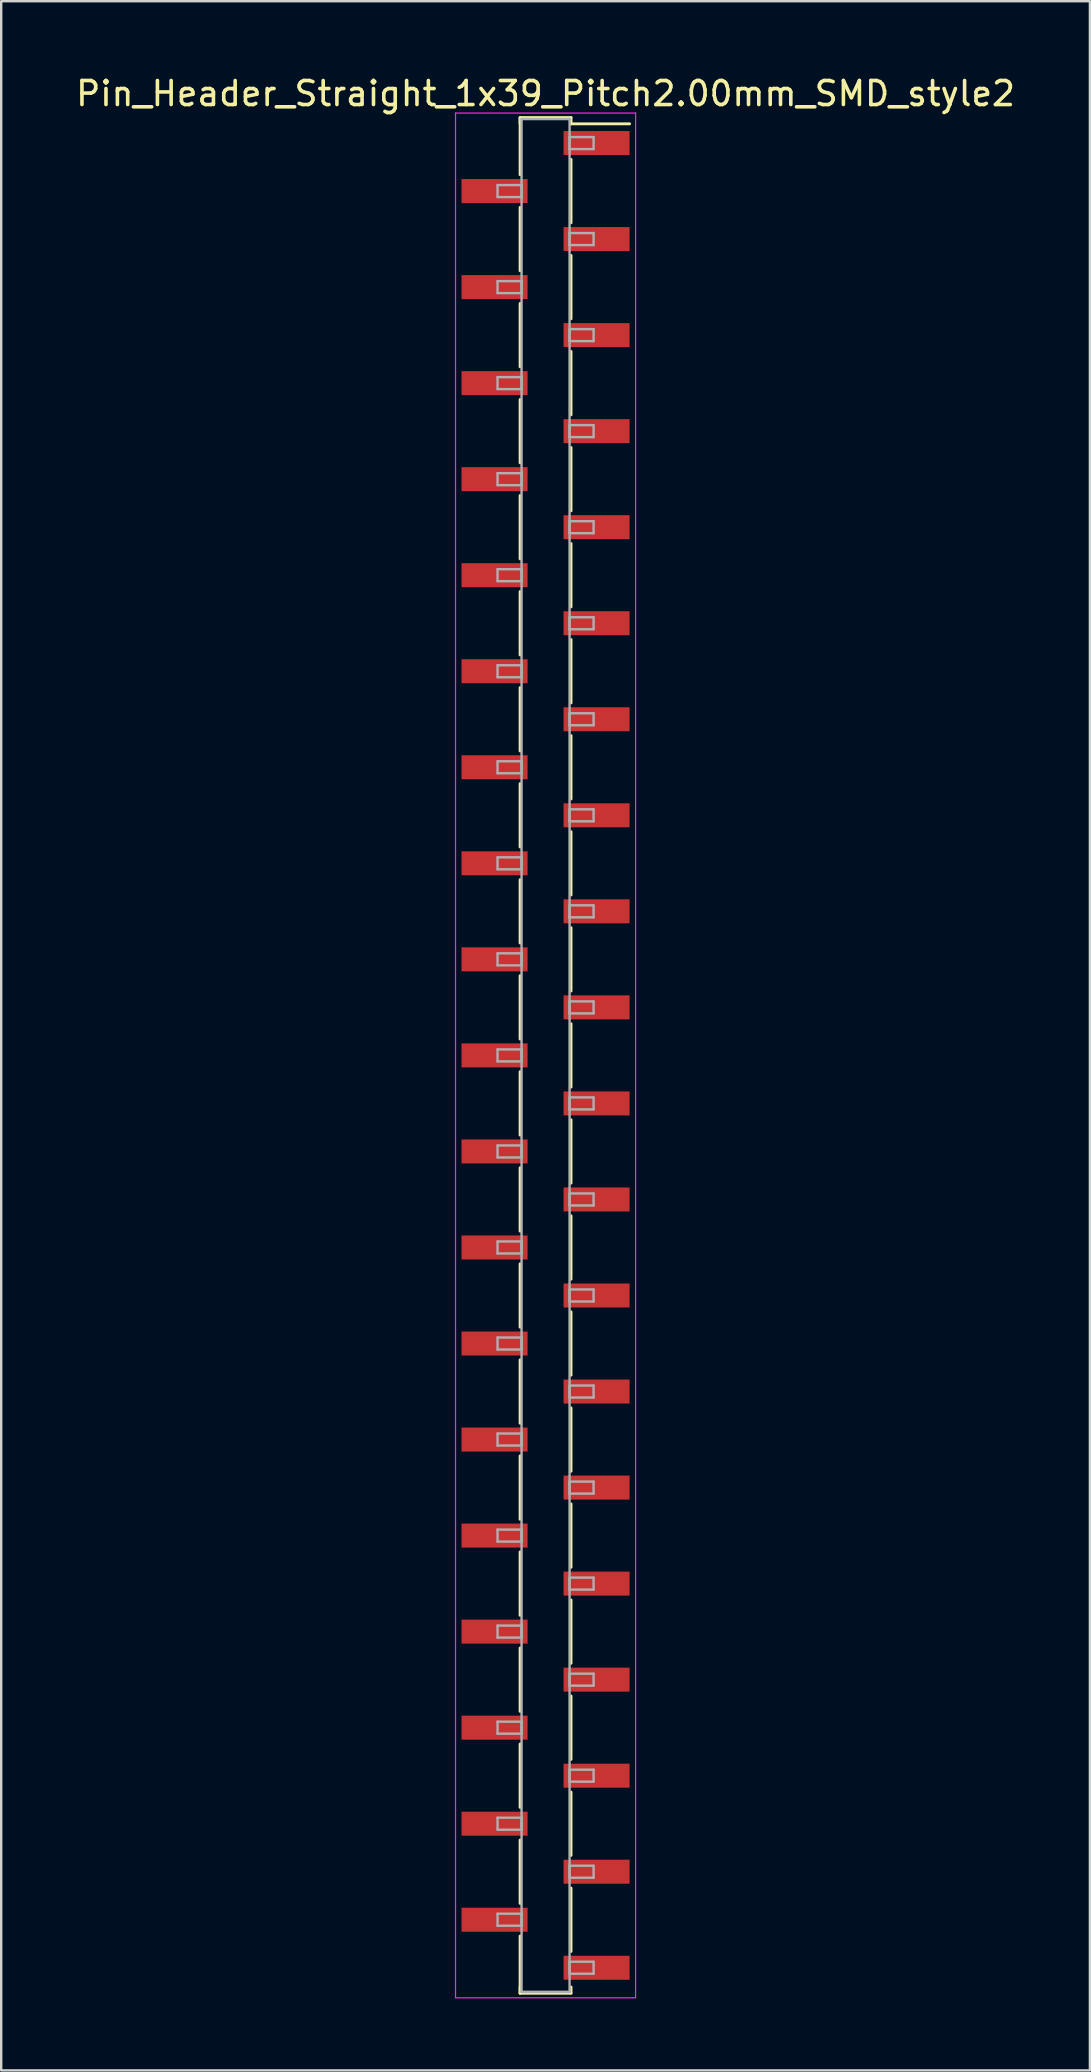
<source format=kicad_pcb>
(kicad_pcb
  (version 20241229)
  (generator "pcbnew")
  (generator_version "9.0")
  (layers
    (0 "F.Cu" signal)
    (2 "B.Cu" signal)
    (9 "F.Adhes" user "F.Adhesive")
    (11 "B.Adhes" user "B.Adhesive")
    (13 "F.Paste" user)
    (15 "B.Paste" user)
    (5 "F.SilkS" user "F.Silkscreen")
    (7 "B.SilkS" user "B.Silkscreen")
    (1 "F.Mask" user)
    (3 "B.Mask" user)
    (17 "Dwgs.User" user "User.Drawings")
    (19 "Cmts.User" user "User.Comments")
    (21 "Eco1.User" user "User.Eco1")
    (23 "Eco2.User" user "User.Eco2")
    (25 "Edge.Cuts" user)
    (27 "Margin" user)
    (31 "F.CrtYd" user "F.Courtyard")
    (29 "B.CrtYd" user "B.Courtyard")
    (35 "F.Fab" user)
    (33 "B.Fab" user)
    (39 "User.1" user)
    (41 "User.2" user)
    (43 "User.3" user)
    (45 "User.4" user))
  (footprint "Pin_Header_Straight_1x39_Pitch2.00mm_SMD_style2"
    (layer "F.Cu")
    (at 19.673 40.908)
    (property "Reference" "Pin_Header_Straight_1x39_Pitch2.00mm_SMD_style2" (at 0 -40.06 0) (layer "F.SilkS") (effects (font (size 1 1) (thickness 0.15))))
    (attr smd)
    (fp_line (start -1.06 -39.06) (end -1.06 -36.68) (stroke (width 0.12) (type solid)) (layer "F.SilkS"))
    (fp_line (start -1.06 -39.06) (end 1.06 -39.06) (stroke (width 0.12) (type solid)) (layer "F.SilkS"))
    (fp_line (start -1.06 -38.8) (end -1.06 -39.06) (stroke (width 0.12) (type solid)) (layer "F.SilkS"))
    (fp_line (start -1.06 -35.32) (end -1.06 -32.68) (stroke (width 0.12) (type solid)) (layer "F.SilkS"))
    (fp_line (start -1.06 -31.32) (end -1.06 -28.68) (stroke (width 0.12) (type solid)) (layer "F.SilkS"))
    (fp_line (start -1.06 -27.32) (end -1.06 -24.68) (stroke (width 0.12) (type solid)) (layer "F.SilkS"))
    (fp_line (start -1.06 -23.32) (end -1.06 -20.68) (stroke (width 0.12) (type solid)) (layer "F.SilkS"))
    (fp_line (start -1.06 -19.32) (end -1.06 -16.68) (stroke (width 0.12) (type solid)) (layer "F.SilkS"))
    (fp_line (start -1.06 -15.32) (end -1.06 -12.68) (stroke (width 0.12) (type solid)) (layer "F.SilkS"))
    (fp_line (start -1.06 -11.32) (end -1.06 -8.68) (stroke (width 0.12) (type solid)) (layer "F.SilkS"))
    (fp_line (start -1.06 -7.32) (end -1.06 -4.68) (stroke (width 0.12) (type solid)) (layer "F.SilkS"))
    (fp_line (start -1.06 -3.32) (end -1.06 -0.68) (stroke (width 0.12) (type solid)) (layer "F.SilkS"))
    (fp_line (start -1.06 0.68) (end -1.06 3.32) (stroke (width 0.12) (type solid)) (layer "F.SilkS"))
    (fp_line (start -1.06 4.68) (end -1.06 7.32) (stroke (width 0.12) (type solid)) (layer "F.SilkS"))
    (fp_line (start -1.06 8.68) (end -1.06 11.32) (stroke (width 0.12) (type solid)) (layer "F.SilkS"))
    (fp_line (start -1.06 12.68) (end -1.06 15.32) (stroke (width 0.12) (type solid)) (layer "F.SilkS"))
    (fp_line (start -1.06 16.68) (end -1.06 19.32) (stroke (width 0.12) (type solid)) (layer "F.SilkS"))
    (fp_line (start -1.06 20.68) (end -1.06 23.32) (stroke (width 0.12) (type solid)) (layer "F.SilkS"))
    (fp_line (start -1.06 24.68) (end -1.06 27.32) (stroke (width 0.12) (type solid)) (layer "F.SilkS"))
    (fp_line (start -1.06 28.68) (end -1.06 31.32) (stroke (width 0.12) (type solid)) (layer "F.SilkS"))
    (fp_line (start -1.06 32.68) (end -1.06 35.32) (stroke (width 0.12) (type solid)) (layer "F.SilkS"))
    (fp_line (start -1.06 36.68) (end -1.06 39.06) (stroke (width 0.12) (type solid)) (layer "F.SilkS"))
    (fp_line (start -1.06 38.8) (end -1.06 39.06) (stroke (width 0.12) (type solid)) (layer "F.SilkS"))
    (fp_line (start -1.06 39.06) (end 1.06 39.06) (stroke (width 0.12) (type solid)) (layer "F.SilkS"))
    (fp_line (start 1.06 -39.06) (end 1.06 -38.8) (stroke (width 0.12) (type solid)) (layer "F.SilkS"))
    (fp_line (start 1.06 -38.8) (end 3.5 -38.8) (stroke (width 0.12) (type solid)) (layer "F.SilkS"))
    (fp_line (start 1.06 -37.32) (end 1.06 -34.68) (stroke (width 0.12) (type solid)) (layer "F.SilkS"))
    (fp_line (start 1.06 -33.32) (end 1.06 -30.68) (stroke (width 0.12) (type solid)) (layer "F.SilkS"))
    (fp_line (start 1.06 -29.32) (end 1.06 -26.68) (stroke (width 0.12) (type solid)) (layer "F.SilkS"))
    (fp_line (start 1.06 -25.32) (end 1.06 -22.68) (stroke (width 0.12) (type solid)) (layer "F.SilkS"))
    (fp_line (start 1.06 -21.32) (end 1.06 -18.68) (stroke (width 0.12) (type solid)) (layer "F.SilkS"))
    (fp_line (start 1.06 -17.32) (end 1.06 -14.68) (stroke (width 0.12) (type solid)) (layer "F.SilkS"))
    (fp_line (start 1.06 -13.32) (end 1.06 -10.68) (stroke (width 0.12) (type solid)) (layer "F.SilkS"))
    (fp_line (start 1.06 -9.32) (end 1.06 -6.68) (stroke (width 0.12) (type solid)) (layer "F.SilkS"))
    (fp_line (start 1.06 -5.32) (end 1.06 -2.68) (stroke (width 0.12) (type solid)) (layer "F.SilkS"))
    (fp_line (start 1.06 -1.32) (end 1.06 1.32) (stroke (width 0.12) (type solid)) (layer "F.SilkS"))
    (fp_line (start 1.06 2.68) (end 1.06 5.32) (stroke (width 0.12) (type solid)) (layer "F.SilkS"))
    (fp_line (start 1.06 6.68) (end 1.06 9.32) (stroke (width 0.12) (type solid)) (layer "F.SilkS"))
    (fp_line (start 1.06 10.68) (end 1.06 13.32) (stroke (width 0.12) (type solid)) (layer "F.SilkS"))
    (fp_line (start 1.06 14.68) (end 1.06 17.32) (stroke (width 0.12) (type solid)) (layer "F.SilkS"))
    (fp_line (start 1.06 18.68) (end 1.06 21.32) (stroke (width 0.12) (type solid)) (layer "F.SilkS"))
    (fp_line (start 1.06 22.68) (end 1.06 25.32) (stroke (width 0.12) (type solid)) (layer "F.SilkS"))
    (fp_line (start 1.06 26.68) (end 1.06 29.32) (stroke (width 0.12) (type solid)) (layer "F.SilkS"))
    (fp_line (start 1.06 30.68) (end 1.06 33.32) (stroke (width 0.12) (type solid)) (layer "F.SilkS"))
    (fp_line (start 1.06 34.68) (end 1.06 37.32) (stroke (width 0.12) (type solid)) (layer "F.SilkS"))
    (fp_line (start 1.06 39.06) (end 1.06 38.8) (stroke (width 0.12) (type solid)) (layer "F.SilkS"))
    (fp_line (start -3.75 -39.25) (end -3.75 39.25) (stroke (width 0.05) (type solid)) (layer "F.CrtYd"))
    (fp_line (start -3.75 39.25) (end 3.75 39.25) (stroke (width 0.05) (type solid)) (layer "F.CrtYd"))
    (fp_line (start 3.75 -39.25) (end -3.75 -39.25) (stroke (width 0.05) (type solid)) (layer "F.CrtYd"))
    (fp_line (start 3.75 39.25) (end 3.75 -39.25) (stroke (width 0.05) (type solid)) (layer "F.CrtYd"))
    (fp_line (start -2 -36.25) (end -1 -36.25) (stroke (width 0.1) (type solid)) (layer "F.Fab"))
    (fp_line (start -2 -35.75) (end -2 -36.25) (stroke (width 0.1) (type solid)) (layer "F.Fab"))
    (fp_line (start -2 -32.25) (end -1 -32.25) (stroke (width 0.1) (type solid)) (layer "F.Fab"))
    (fp_line (start -2 -31.75) (end -2 -32.25) (stroke (width 0.1) (type solid)) (layer "F.Fab"))
    (fp_line (start -2 -28.25) (end -1 -28.25) (stroke (width 0.1) (type solid)) (layer "F.Fab"))
    (fp_line (start -2 -27.75) (end -2 -28.25) (stroke (width 0.1) (type solid)) (layer "F.Fab"))
    (fp_line (start -2 -24.25) (end -1 -24.25) (stroke (width 0.1) (type solid)) (layer "F.Fab"))
    (fp_line (start -2 -23.75) (end -2 -24.25) (stroke (width 0.1) (type solid)) (layer "F.Fab"))
    (fp_line (start -2 -20.25) (end -1 -20.25) (stroke (width 0.1) (type solid)) (layer "F.Fab"))
    (fp_line (start -2 -19.75) (end -2 -20.25) (stroke (width 0.1) (type solid)) (layer "F.Fab"))
    (fp_line (start -2 -16.25) (end -1 -16.25) (stroke (width 0.1) (type solid)) (layer "F.Fab"))
    (fp_line (start -2 -15.75) (end -2 -16.25) (stroke (width 0.1) (type solid)) (layer "F.Fab"))
    (fp_line (start -2 -12.25) (end -1 -12.25) (stroke (width 0.1) (type solid)) (layer "F.Fab"))
    (fp_line (start -2 -11.75) (end -2 -12.25) (stroke (width 0.1) (type solid)) (layer "F.Fab"))
    (fp_line (start -2 -8.25) (end -1 -8.25) (stroke (width 0.1) (type solid)) (layer "F.Fab"))
    (fp_line (start -2 -7.75) (end -2 -8.25) (stroke (width 0.1) (type solid)) (layer "F.Fab"))
    (fp_line (start -2 -4.25) (end -1 -4.25) (stroke (width 0.1) (type solid)) (layer "F.Fab"))
    (fp_line (start -2 -3.75) (end -2 -4.25) (stroke (width 0.1) (type solid)) (layer "F.Fab"))
    (fp_line (start -2 -0.25) (end -1 -0.25) (stroke (width 0.1) (type solid)) (layer "F.Fab"))
    (fp_line (start -2 0.25) (end -2 -0.25) (stroke (width 0.1) (type solid)) (layer "F.Fab"))
    (fp_line (start -2 3.75) (end -1 3.75) (stroke (width 0.1) (type solid)) (layer "F.Fab"))
    (fp_line (start -2 4.25) (end -2 3.75) (stroke (width 0.1) (type solid)) (layer "F.Fab"))
    (fp_line (start -2 7.75) (end -1 7.75) (stroke (width 0.1) (type solid)) (layer "F.Fab"))
    (fp_line (start -2 8.25) (end -2 7.75) (stroke (width 0.1) (type solid)) (layer "F.Fab"))
    (fp_line (start -2 11.75) (end -1 11.75) (stroke (width 0.1) (type solid)) (layer "F.Fab"))
    (fp_line (start -2 12.25) (end -2 11.75) (stroke (width 0.1) (type solid)) (layer "F.Fab"))
    (fp_line (start -2 15.75) (end -1 15.75) (stroke (width 0.1) (type solid)) (layer "F.Fab"))
    (fp_line (start -2 16.25) (end -2 15.75) (stroke (width 0.1) (type solid)) (layer "F.Fab"))
    (fp_line (start -2 19.75) (end -1 19.75) (stroke (width 0.1) (type solid)) (layer "F.Fab"))
    (fp_line (start -2 20.25) (end -2 19.75) (stroke (width 0.1) (type solid)) (layer "F.Fab"))
    (fp_line (start -2 23.75) (end -1 23.75) (stroke (width 0.1) (type solid)) (layer "F.Fab"))
    (fp_line (start -2 24.25) (end -2 23.75) (stroke (width 0.1) (type solid)) (layer "F.Fab"))
    (fp_line (start -2 27.75) (end -1 27.75) (stroke (width 0.1) (type solid)) (layer "F.Fab"))
    (fp_line (start -2 28.25) (end -2 27.75) (stroke (width 0.1) (type solid)) (layer "F.Fab"))
    (fp_line (start -2 31.75) (end -1 31.75) (stroke (width 0.1) (type solid)) (layer "F.Fab"))
    (fp_line (start -2 32.25) (end -2 31.75) (stroke (width 0.1) (type solid)) (layer "F.Fab"))
    (fp_line (start -2 35.75) (end -1 35.75) (stroke (width 0.1) (type solid)) (layer "F.Fab"))
    (fp_line (start -2 36.25) (end -2 35.75) (stroke (width 0.1) (type solid)) (layer "F.Fab"))
    (fp_line (start -1 -39) (end -1 39) (stroke (width 0.1) (type solid)) (layer "F.Fab"))
    (fp_line (start -1 -36.25) (end -1 -35.75) (stroke (width 0.1) (type solid)) (layer "F.Fab"))
    (fp_line (start -1 -35.75) (end -2 -35.75) (stroke (width 0.1) (type solid)) (layer "F.Fab"))
    (fp_line (start -1 -32.25) (end -1 -31.75) (stroke (width 0.1) (type solid)) (layer "F.Fab"))
    (fp_line (start -1 -31.75) (end -2 -31.75) (stroke (width 0.1) (type solid)) (layer "F.Fab"))
    (fp_line (start -1 -28.25) (end -1 -27.75) (stroke (width 0.1) (type solid)) (layer "F.Fab"))
    (fp_line (start -1 -27.75) (end -2 -27.75) (stroke (width 0.1) (type solid)) (layer "F.Fab"))
    (fp_line (start -1 -24.25) (end -1 -23.75) (stroke (width 0.1) (type solid)) (layer "F.Fab"))
    (fp_line (start -1 -23.75) (end -2 -23.75) (stroke (width 0.1) (type solid)) (layer "F.Fab"))
    (fp_line (start -1 -20.25) (end -1 -19.75) (stroke (width 0.1) (type solid)) (layer "F.Fab"))
    (fp_line (start -1 -19.75) (end -2 -19.75) (stroke (width 0.1) (type solid)) (layer "F.Fab"))
    (fp_line (start -1 -16.25) (end -1 -15.75) (stroke (width 0.1) (type solid)) (layer "F.Fab"))
    (fp_line (start -1 -15.75) (end -2 -15.75) (stroke (width 0.1) (type solid)) (layer "F.Fab"))
    (fp_line (start -1 -12.25) (end -1 -11.75) (stroke (width 0.1) (type solid)) (layer "F.Fab"))
    (fp_line (start -1 -11.75) (end -2 -11.75) (stroke (width 0.1) (type solid)) (layer "F.Fab"))
    (fp_line (start -1 -8.25) (end -1 -7.75) (stroke (width 0.1) (type solid)) (layer "F.Fab"))
    (fp_line (start -1 -7.75) (end -2 -7.75) (stroke (width 0.1) (type solid)) (layer "F.Fab"))
    (fp_line (start -1 -4.25) (end -1 -3.75) (stroke (width 0.1) (type solid)) (layer "F.Fab"))
    (fp_line (start -1 -3.75) (end -2 -3.75) (stroke (width 0.1) (type solid)) (layer "F.Fab"))
    (fp_line (start -1 -0.25) (end -1 0.25) (stroke (width 0.1) (type solid)) (layer "F.Fab"))
    (fp_line (start -1 0.25) (end -2 0.25) (stroke (width 0.1) (type solid)) (layer "F.Fab"))
    (fp_line (start -1 3.75) (end -1 4.25) (stroke (width 0.1) (type solid)) (layer "F.Fab"))
    (fp_line (start -1 4.25) (end -2 4.25) (stroke (width 0.1) (type solid)) (layer "F.Fab"))
    (fp_line (start -1 7.75) (end -1 8.25) (stroke (width 0.1) (type solid)) (layer "F.Fab"))
    (fp_line (start -1 8.25) (end -2 8.25) (stroke (width 0.1) (type solid)) (layer "F.Fab"))
    (fp_line (start -1 11.75) (end -1 12.25) (stroke (width 0.1) (type solid)) (layer "F.Fab"))
    (fp_line (start -1 12.25) (end -2 12.25) (stroke (width 0.1) (type solid)) (layer "F.Fab"))
    (fp_line (start -1 15.75) (end -1 16.25) (stroke (width 0.1) (type solid)) (layer "F.Fab"))
    (fp_line (start -1 16.25) (end -2 16.25) (stroke (width 0.1) (type solid)) (layer "F.Fab"))
    (fp_line (start -1 19.75) (end -1 20.25) (stroke (width 0.1) (type solid)) (layer "F.Fab"))
    (fp_line (start -1 20.25) (end -2 20.25) (stroke (width 0.1) (type solid)) (layer "F.Fab"))
    (fp_line (start -1 23.75) (end -1 24.25) (stroke (width 0.1) (type solid)) (layer "F.Fab"))
    (fp_line (start -1 24.25) (end -2 24.25) (stroke (width 0.1) (type solid)) (layer "F.Fab"))
    (fp_line (start -1 27.75) (end -1 28.25) (stroke (width 0.1) (type solid)) (layer "F.Fab"))
    (fp_line (start -1 28.25) (end -2 28.25) (stroke (width 0.1) (type solid)) (layer "F.Fab"))
    (fp_line (start -1 31.75) (end -1 32.25) (stroke (width 0.1) (type solid)) (layer "F.Fab"))
    (fp_line (start -1 32.25) (end -2 32.25) (stroke (width 0.1) (type solid)) (layer "F.Fab"))
    (fp_line (start -1 35.75) (end -1 36.25) (stroke (width 0.1) (type solid)) (layer "F.Fab"))
    (fp_line (start -1 36.25) (end -2 36.25) (stroke (width 0.1) (type solid)) (layer "F.Fab"))
    (fp_line (start -1 39) (end 1 39) (stroke (width 0.1) (type solid)) (layer "F.Fab"))
    (fp_line (start 1 -39) (end -1 -39) (stroke (width 0.1) (type solid)) (layer "F.Fab"))
    (fp_line (start 1 -38.25) (end 1 -37.75) (stroke (width 0.1) (type solid)) (layer "F.Fab"))
    (fp_line (start 1 -37.75) (end 2 -37.75) (stroke (width 0.1) (type solid)) (layer "F.Fab"))
    (fp_line (start 1 -34.25) (end 1 -33.75) (stroke (width 0.1) (type solid)) (layer "F.Fab"))
    (fp_line (start 1 -33.75) (end 2 -33.75) (stroke (width 0.1) (type solid)) (layer "F.Fab"))
    (fp_line (start 1 -30.25) (end 1 -29.75) (stroke (width 0.1) (type solid)) (layer "F.Fab"))
    (fp_line (start 1 -29.75) (end 2 -29.75) (stroke (width 0.1) (type solid)) (layer "F.Fab"))
    (fp_line (start 1 -26.25) (end 1 -25.75) (stroke (width 0.1) (type solid)) (layer "F.Fab"))
    (fp_line (start 1 -25.75) (end 2 -25.75) (stroke (width 0.1) (type solid)) (layer "F.Fab"))
    (fp_line (start 1 -22.25) (end 1 -21.75) (stroke (width 0.1) (type solid)) (layer "F.Fab"))
    (fp_line (start 1 -21.75) (end 2 -21.75) (stroke (width 0.1) (type solid)) (layer "F.Fab"))
    (fp_line (start 1 -18.25) (end 1 -17.75) (stroke (width 0.1) (type solid)) (layer "F.Fab"))
    (fp_line (start 1 -17.75) (end 2 -17.75) (stroke (width 0.1) (type solid)) (layer "F.Fab"))
    (fp_line (start 1 -14.25) (end 1 -13.75) (stroke (width 0.1) (type solid)) (layer "F.Fab"))
    (fp_line (start 1 -13.75) (end 2 -13.75) (stroke (width 0.1) (type solid)) (layer "F.Fab"))
    (fp_line (start 1 -10.25) (end 1 -9.75) (stroke (width 0.1) (type solid)) (layer "F.Fab"))
    (fp_line (start 1 -9.75) (end 2 -9.75) (stroke (width 0.1) (type solid)) (layer "F.Fab"))
    (fp_line (start 1 -6.25) (end 1 -5.75) (stroke (width 0.1) (type solid)) (layer "F.Fab"))
    (fp_line (start 1 -5.75) (end 2 -5.75) (stroke (width 0.1) (type solid)) (layer "F.Fab"))
    (fp_line (start 1 -2.25) (end 1 -1.75) (stroke (width 0.1) (type solid)) (layer "F.Fab"))
    (fp_line (start 1 -1.75) (end 2 -1.75) (stroke (width 0.1) (type solid)) (layer "F.Fab"))
    (fp_line (start 1 1.75) (end 1 2.25) (stroke (width 0.1) (type solid)) (layer "F.Fab"))
    (fp_line (start 1 2.25) (end 2 2.25) (stroke (width 0.1) (type solid)) (layer "F.Fab"))
    (fp_line (start 1 5.75) (end 1 6.25) (stroke (width 0.1) (type solid)) (layer "F.Fab"))
    (fp_line (start 1 6.25) (end 2 6.25) (stroke (width 0.1) (type solid)) (layer "F.Fab"))
    (fp_line (start 1 9.75) (end 1 10.25) (stroke (width 0.1) (type solid)) (layer "F.Fab"))
    (fp_line (start 1 10.25) (end 2 10.25) (stroke (width 0.1) (type solid)) (layer "F.Fab"))
    (fp_line (start 1 13.75) (end 1 14.25) (stroke (width 0.1) (type solid)) (layer "F.Fab"))
    (fp_line (start 1 14.25) (end 2 14.25) (stroke (width 0.1) (type solid)) (layer "F.Fab"))
    (fp_line (start 1 17.75) (end 1 18.25) (stroke (width 0.1) (type solid)) (layer "F.Fab"))
    (fp_line (start 1 18.25) (end 2 18.25) (stroke (width 0.1) (type solid)) (layer "F.Fab"))
    (fp_line (start 1 21.75) (end 1 22.25) (stroke (width 0.1) (type solid)) (layer "F.Fab"))
    (fp_line (start 1 22.25) (end 2 22.25) (stroke (width 0.1) (type solid)) (layer "F.Fab"))
    (fp_line (start 1 25.75) (end 1 26.25) (stroke (width 0.1) (type solid)) (layer "F.Fab"))
    (fp_line (start 1 26.25) (end 2 26.25) (stroke (width 0.1) (type solid)) (layer "F.Fab"))
    (fp_line (start 1 29.75) (end 1 30.25) (stroke (width 0.1) (type solid)) (layer "F.Fab"))
    (fp_line (start 1 30.25) (end 2 30.25) (stroke (width 0.1) (type solid)) (layer "F.Fab"))
    (fp_line (start 1 33.75) (end 1 34.25) (stroke (width 0.1) (type solid)) (layer "F.Fab"))
    (fp_line (start 1 34.25) (end 2 34.25) (stroke (width 0.1) (type solid)) (layer "F.Fab"))
    (fp_line (start 1 37.75) (end 1 38.25) (stroke (width 0.1) (type solid)) (layer "F.Fab"))
    (fp_line (start 1 38.25) (end 2 38.25) (stroke (width 0.1) (type solid)) (layer "F.Fab"))
    (fp_line (start 1 39) (end 1 -39) (stroke (width 0.1) (type solid)) (layer "F.Fab"))
    (fp_line (start 2 -38.25) (end 1 -38.25) (stroke (width 0.1) (type solid)) (layer "F.Fab"))
    (fp_line (start 2 -37.75) (end 2 -38.25) (stroke (width 0.1) (type solid)) (layer "F.Fab"))
    (fp_line (start 2 -34.25) (end 1 -34.25) (stroke (width 0.1) (type solid)) (layer "F.Fab"))
    (fp_line (start 2 -33.75) (end 2 -34.25) (stroke (width 0.1) (type solid)) (layer "F.Fab"))
    (fp_line (start 2 -30.25) (end 1 -30.25) (stroke (width 0.1) (type solid)) (layer "F.Fab"))
    (fp_line (start 2 -29.75) (end 2 -30.25) (stroke (width 0.1) (type solid)) (layer "F.Fab"))
    (fp_line (start 2 -26.25) (end 1 -26.25) (stroke (width 0.1) (type solid)) (layer "F.Fab"))
    (fp_line (start 2 -25.75) (end 2 -26.25) (stroke (width 0.1) (type solid)) (layer "F.Fab"))
    (fp_line (start 2 -22.25) (end 1 -22.25) (stroke (width 0.1) (type solid)) (layer "F.Fab"))
    (fp_line (start 2 -21.75) (end 2 -22.25) (stroke (width 0.1) (type solid)) (layer "F.Fab"))
    (fp_line (start 2 -18.25) (end 1 -18.25) (stroke (width 0.1) (type solid)) (layer "F.Fab"))
    (fp_line (start 2 -17.75) (end 2 -18.25) (stroke (width 0.1) (type solid)) (layer "F.Fab"))
    (fp_line (start 2 -14.25) (end 1 -14.25) (stroke (width 0.1) (type solid)) (layer "F.Fab"))
    (fp_line (start 2 -13.75) (end 2 -14.25) (stroke (width 0.1) (type solid)) (layer "F.Fab"))
    (fp_line (start 2 -10.25) (end 1 -10.25) (stroke (width 0.1) (type solid)) (layer "F.Fab"))
    (fp_line (start 2 -9.75) (end 2 -10.25) (stroke (width 0.1) (type solid)) (layer "F.Fab"))
    (fp_line (start 2 -6.25) (end 1 -6.25) (stroke (width 0.1) (type solid)) (layer "F.Fab"))
    (fp_line (start 2 -5.75) (end 2 -6.25) (stroke (width 0.1) (type solid)) (layer "F.Fab"))
    (fp_line (start 2 -2.25) (end 1 -2.25) (stroke (width 0.1) (type solid)) (layer "F.Fab"))
    (fp_line (start 2 -1.75) (end 2 -2.25) (stroke (width 0.1) (type solid)) (layer "F.Fab"))
    (fp_line (start 2 1.75) (end 1 1.75) (stroke (width 0.1) (type solid)) (layer "F.Fab"))
    (fp_line (start 2 2.25) (end 2 1.75) (stroke (width 0.1) (type solid)) (layer "F.Fab"))
    (fp_line (start 2 5.75) (end 1 5.75) (stroke (width 0.1) (type solid)) (layer "F.Fab"))
    (fp_line (start 2 6.25) (end 2 5.75) (stroke (width 0.1) (type solid)) (layer "F.Fab"))
    (fp_line (start 2 9.75) (end 1 9.75) (stroke (width 0.1) (type solid)) (layer "F.Fab"))
    (fp_line (start 2 10.25) (end 2 9.75) (stroke (width 0.1) (type solid)) (layer "F.Fab"))
    (fp_line (start 2 13.75) (end 1 13.75) (stroke (width 0.1) (type solid)) (layer "F.Fab"))
    (fp_line (start 2 14.25) (end 2 13.75) (stroke (width 0.1) (type solid)) (layer "F.Fab"))
    (fp_line (start 2 17.75) (end 1 17.75) (stroke (width 0.1) (type solid)) (layer "F.Fab"))
    (fp_line (start 2 18.25) (end 2 17.75) (stroke (width 0.1) (type solid)) (layer "F.Fab"))
    (fp_line (start 2 21.75) (end 1 21.75) (stroke (width 0.1) (type solid)) (layer "F.Fab"))
    (fp_line (start 2 22.25) (end 2 21.75) (stroke (width 0.1) (type solid)) (layer "F.Fab"))
    (fp_line (start 2 25.75) (end 1 25.75) (stroke (width 0.1) (type solid)) (layer "F.Fab"))
    (fp_line (start 2 26.25) (end 2 25.75) (stroke (width 0.1) (type solid)) (layer "F.Fab"))
    (fp_line (start 2 29.75) (end 1 29.75) (stroke (width 0.1) (type solid)) (layer "F.Fab"))
    (fp_line (start 2 30.25) (end 2 29.75) (stroke (width 0.1) (type solid)) (layer "F.Fab"))
    (fp_line (start 2 33.75) (end 1 33.75) (stroke (width 0.1) (type solid)) (layer "F.Fab"))
    (fp_line (start 2 34.25) (end 2 33.75) (stroke (width 0.1) (type solid)) (layer "F.Fab"))
    (fp_line (start 2 37.75) (end 1 37.75) (stroke (width 0.1) (type solid)) (layer "F.Fab"))
    (fp_line (start 2 38.25) (end 2 37.75) (stroke (width 0.1) (type solid)) (layer "F.Fab"))
    (pad "1" smd rect (at 2.125 -38) (size 2.75 1) (layers "F.Cu" "F.Mask"))
    (pad "2" smd rect (at -2.125 -36) (size 2.75 1) (layers "F.Cu" "F.Mask"))
    (pad "3" smd rect (at 2.125 -34) (size 2.75 1) (layers "F.Cu" "F.Mask"))
    (pad "4" smd rect (at -2.125 -32) (size 2.75 1) (layers "F.Cu" "F.Mask"))
    (pad "5" smd rect (at 2.125 -30) (size 2.75 1) (layers "F.Cu" "F.Mask"))
    (pad "6" smd rect (at -2.125 -28) (size 2.75 1) (layers "F.Cu" "F.Mask"))
    (pad "7" smd rect (at 2.125 -26) (size 2.75 1) (layers "F.Cu" "F.Mask"))
    (pad "8" smd rect (at -2.125 -24) (size 2.75 1) (layers "F.Cu" "F.Mask"))
    (pad "9" smd rect (at 2.125 -22) (size 2.75 1) (layers "F.Cu" "F.Mask"))
    (pad "10" smd rect (at -2.125 -20) (size 2.75 1) (layers "F.Cu" "F.Mask"))
    (pad "11" smd rect (at 2.125 -18) (size 2.75 1) (layers "F.Cu" "F.Mask"))
    (pad "12" smd rect (at -2.125 -16) (size 2.75 1) (layers "F.Cu" "F.Mask"))
    (pad "13" smd rect (at 2.125 -14) (size 2.75 1) (layers "F.Cu" "F.Mask"))
    (pad "14" smd rect (at -2.125 -12) (size 2.75 1) (layers "F.Cu" "F.Mask"))
    (pad "15" smd rect (at 2.125 -10) (size 2.75 1) (layers "F.Cu" "F.Mask"))
    (pad "16" smd rect (at -2.125 -8) (size 2.75 1) (layers "F.Cu" "F.Mask"))
    (pad "17" smd rect (at 2.125 -6) (size 2.75 1) (layers "F.Cu" "F.Mask"))
    (pad "18" smd rect (at -2.125 -4) (size 2.75 1) (layers "F.Cu" "F.Mask"))
    (pad "19" smd rect (at 2.125 -2) (size 2.75 1) (layers "F.Cu" "F.Mask"))
    (pad "20" smd rect (at -2.125 0) (size 2.75 1) (layers "F.Cu" "F.Mask"))
    (pad "21" smd rect (at 2.125 2) (size 2.75 1) (layers "F.Cu" "F.Mask"))
    (pad "22" smd rect (at -2.125 4) (size 2.75 1) (layers "F.Cu" "F.Mask"))
    (pad "23" smd rect (at 2.125 6) (size 2.75 1) (layers "F.Cu" "F.Mask"))
    (pad "24" smd rect (at -2.125 8) (size 2.75 1) (layers "F.Cu" "F.Mask"))
    (pad "25" smd rect (at 2.125 10) (size 2.75 1) (layers "F.Cu" "F.Mask"))
    (pad "26" smd rect (at -2.125 12) (size 2.75 1) (layers "F.Cu" "F.Mask"))
    (pad "27" smd rect (at 2.125 14) (size 2.75 1) (layers "F.Cu" "F.Mask"))
    (pad "28" smd rect (at -2.125 16) (size 2.75 1) (layers "F.Cu" "F.Mask"))
    (pad "29" smd rect (at 2.125 18) (size 2.75 1) (layers "F.Cu" "F.Mask"))
    (pad "30" smd rect (at -2.125 20) (size 2.75 1) (layers "F.Cu" "F.Mask"))
    (pad "31" smd rect (at 2.125 22) (size 2.75 1) (layers "F.Cu" "F.Mask"))
    (pad "32" smd rect (at -2.125 24) (size 2.75 1) (layers "F.Cu" "F.Mask"))
    (pad "33" smd rect (at 2.125 26) (size 2.75 1) (layers "F.Cu" "F.Mask"))
    (pad "34" smd rect (at -2.125 28) (size 2.75 1) (layers "F.Cu" "F.Mask"))
    (pad "35" smd rect (at 2.125 30) (size 2.75 1) (layers "F.Cu" "F.Mask"))
    (pad "36" smd rect (at -2.125 32) (size 2.75 1) (layers "F.Cu" "F.Mask"))
    (pad "37" smd rect (at 2.125 34) (size 2.75 1) (layers "F.Cu" "F.Mask"))
    (pad "38" smd rect (at -2.125 36) (size 2.75 1) (layers "F.Cu" "F.Mask"))
    (pad "39" smd rect (at 2.125 38) (size 2.75 1) (layers "F.Cu" "F.Mask")))
  (gr_rect
    (start -3 -3)
    (end 42.345 83.183)
    (stroke (width 0.1) (type default))
    (fill no)
    (layer "Edge.Cuts")))
</source>
